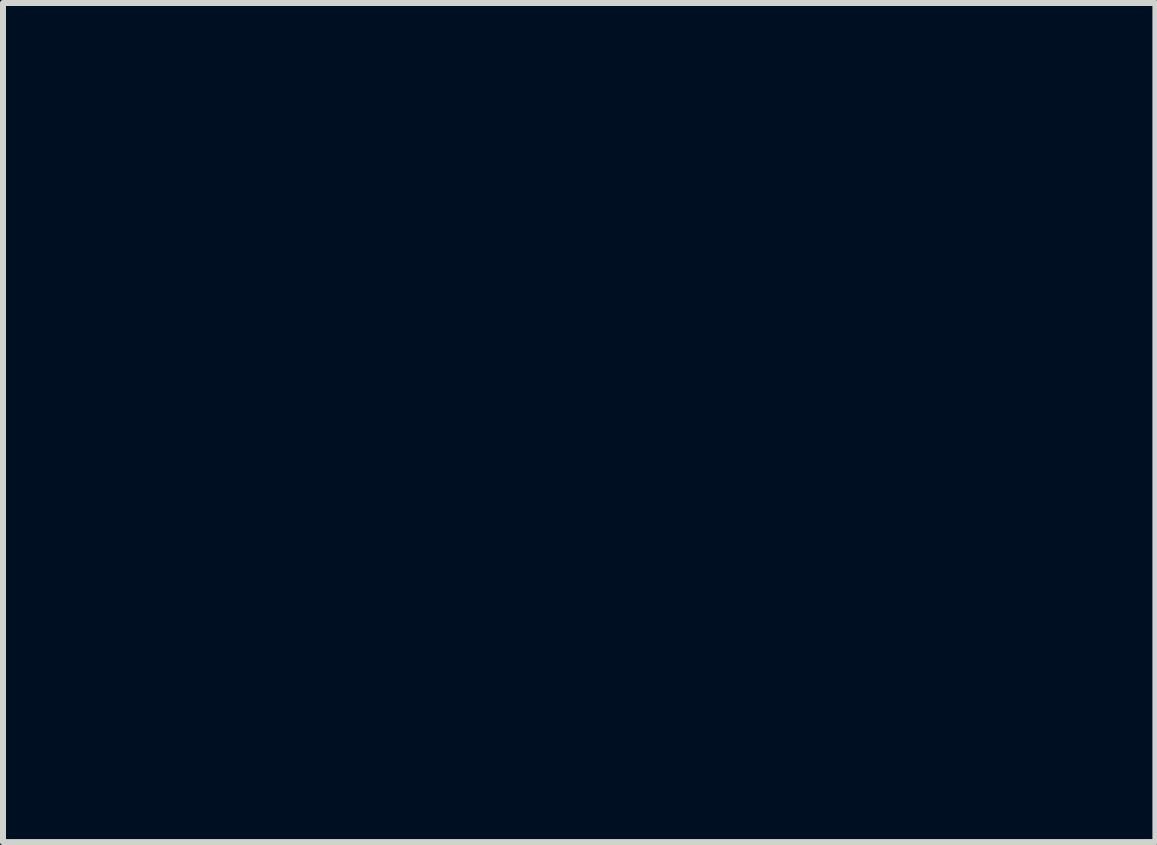
<source format=kicad_pcb>
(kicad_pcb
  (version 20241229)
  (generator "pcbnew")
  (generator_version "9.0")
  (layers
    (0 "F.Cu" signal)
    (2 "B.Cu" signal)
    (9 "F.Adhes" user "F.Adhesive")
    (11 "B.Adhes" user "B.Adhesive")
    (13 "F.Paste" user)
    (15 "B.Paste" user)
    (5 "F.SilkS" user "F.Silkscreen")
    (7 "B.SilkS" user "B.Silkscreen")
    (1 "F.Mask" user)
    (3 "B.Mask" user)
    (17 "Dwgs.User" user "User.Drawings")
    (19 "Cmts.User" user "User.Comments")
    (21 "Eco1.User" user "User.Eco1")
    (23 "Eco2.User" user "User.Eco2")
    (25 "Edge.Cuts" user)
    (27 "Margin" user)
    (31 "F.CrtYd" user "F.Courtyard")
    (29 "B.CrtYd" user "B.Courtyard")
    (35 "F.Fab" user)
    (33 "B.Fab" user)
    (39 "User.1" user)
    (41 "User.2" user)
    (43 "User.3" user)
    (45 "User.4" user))
  (footprint "SquashedFlyMask"
    (layer "F.Cu")
    (at 6.601 2.423)
    (property "Reference" "SquashedFlyMask" (at 0 4.71 0) (layer "F.Mask") (effects (font (size 1 1) (thickness 0.15))))
    (attr board_only exclude_from_pos_files exclude_from_bom)
    (fp_line (start -1.907 0.023) (end -1.907 0.039) (stroke (width 0.2) (type solid)) (layer "F.Mask"))
    (fp_line (start -1.907 0.039) (end -1.907 0.246) (stroke (width 0.2) (type solid)) (layer "F.Mask"))
    (fp_line (start -1.907 0.246) (end -1.872 0.263) (stroke (width 0.2) (type solid)) (layer "F.Mask"))
    (fp_line (start -1.907 -0.026) (end -1.907 0.023) (stroke (width 0.2) (type solid)) (layer "F.Mask"))
    (fp_line (start -1.906 -0.075) (end -1.907 -0.026) (stroke (width 0.2) (type solid)) (layer "F.Mask"))
    (fp_line (start -1.905 -0.113) (end -1.906 -0.075) (stroke (width 0.2) (type solid)) (layer "F.Mask"))
    (fp_line (start -1.903 -0.139) (end -1.905 -0.113) (stroke (width 0.2) (type solid)) (layer "F.Mask"))
    (fp_line (start -1.899 -0.156) (end -1.903 -0.139) (stroke (width 0.2) (type solid)) (layer "F.Mask"))
    (fp_line (start -1.894 -0.167) (end -1.899 -0.156) (stroke (width 0.2) (type solid)) (layer "F.Mask"))
    (fp_line (start -1.888 -0.174) (end -1.894 -0.167) (stroke (width 0.2) (type solid)) (layer "F.Mask"))
    (fp_line (start -1.881 -0.177) (end -1.888 -0.174) (stroke (width 0.2) (type solid)) (layer "F.Mask"))
    (fp_line (start -1.879 -0.177) (end -1.881 -0.177) (stroke (width 0.2) (type solid)) (layer "F.Mask"))
    (fp_line (start -1.872 0.263) (end -1.863 0.267) (stroke (width 0.2) (type solid)) (layer "F.Mask"))
    (fp_line (start -1.871 -0.18) (end -1.879 -0.177) (stroke (width 0.2) (type solid)) (layer "F.Mask"))
    (fp_line (start -1.863 0.267) (end -1.84 0.285) (stroke (width 0.2) (type solid)) (layer "F.Mask"))
    (fp_line (start -1.849 -0.197) (end -1.871 -0.18) (stroke (width 0.2) (type solid)) (layer "F.Mask"))
    (fp_line (start -1.84 0.285) (end -1.811 0.322) (stroke (width 0.2) (type solid)) (layer "F.Mask"))
    (fp_line (start -1.819 -0.234) (end -1.849 -0.197) (stroke (width 0.2) (type solid)) (layer "F.Mask"))
    (fp_line (start -1.811 0.322) (end -1.785 0.373) (stroke (width 0.2) (type solid)) (layer "F.Mask"))
    (fp_line (start -1.791 -0.288) (end -1.819 -0.234) (stroke (width 0.2) (type solid)) (layer "F.Mask"))
    (fp_line (start -1.785 0.373) (end -1.767 0.423) (stroke (width 0.2) (type solid)) (layer "F.Mask"))
    (fp_line (start -1.78 0.07) (end -1.71 0.32) (stroke (width 0.12) (type solid)) (layer "F.Mask"))
    (fp_line (start -1.772 -0.337) (end -1.791 -0.288) (stroke (width 0.2) (type solid)) (layer "F.Mask"))
    (fp_line (start -1.767 0.423) (end -1.762 0.439) (stroke (width 0.2) (type solid)) (layer "F.Mask"))
    (fp_line (start -1.766 -0.354) (end -1.772 -0.337) (stroke (width 0.2) (type solid)) (layer "F.Mask"))
    (fp_line (start -1.764 -0.361) (end -1.766 -0.354) (stroke (width 0.2) (type solid)) (layer "F.Mask"))
    (fp_line (start -1.762 0.439) (end -1.76 0.446) (stroke (width 0.2) (type solid)) (layer "F.Mask"))
    (fp_line (start -1.76 0.446) (end -1.756 0.468) (stroke (width 0.2) (type solid)) (layer "F.Mask"))
    (fp_line (start -1.758 -0.384) (end -1.764 -0.361) (stroke (width 0.2) (type solid)) (layer "F.Mask"))
    (fp_line (start -1.756 0.468) (end -1.751 0.51) (stroke (width 0.2) (type solid)) (layer "F.Mask"))
    (fp_line (start -1.752 -0.422) (end -1.758 -0.384) (stroke (width 0.2) (type solid)) (layer "F.Mask"))
    (fp_line (start -1.751 0.51) (end -1.747 0.572) (stroke (width 0.2) (type solid)) (layer "F.Mask"))
    (fp_line (start -1.747 -0.477) (end -1.752 -0.422) (stroke (width 0.2) (type solid)) (layer "F.Mask"))
    (fp_line (start -1.747 0.572) (end -1.744 0.661) (stroke (width 0.2) (type solid)) (layer "F.Mask"))
    (fp_line (start -1.744 -0.558) (end -1.747 -0.477) (stroke (width 0.2) (type solid)) (layer "F.Mask"))
    (fp_line (start -1.744 0.661) (end -1.742 0.784) (stroke (width 0.2) (type solid)) (layer "F.Mask"))
    (fp_line (start -1.742 0.784) (end -1.741 0.948) (stroke (width 0.2) (type solid)) (layer "F.Mask"))
    (fp_line (start -1.742 -0.674) (end -1.744 -0.558) (stroke (width 0.2) (type solid)) (layer "F.Mask"))
    (fp_line (start -1.741 0.948) (end -1.74 1.16) (stroke (width 0.2) (type solid)) (layer "F.Mask"))
    (fp_line (start -1.741 -0.834) (end -1.742 -0.674) (stroke (width 0.2) (type solid)) (layer "F.Mask"))
    (fp_line (start -1.74 -1.047) (end -1.741 -0.834) (stroke (width 0.2) (type solid)) (layer "F.Mask"))
    (fp_line (start -1.74 1.16) (end -1.74 1.361) (stroke (width 0.2) (type solid)) (layer "F.Mask"))
    (fp_line (start -1.74 -1.42) (end -1.74 -1.323) (stroke (width 0.2) (type solid)) (layer "F.Mask"))
    (fp_line (start -1.74 -1.323) (end -1.74 -1.254) (stroke (width 0.2) (type solid)) (layer "F.Mask"))
    (fp_line (start -1.74 -1.254) (end -1.74 -1.047) (stroke (width 0.2) (type solid)) (layer "F.Mask"))
    (fp_line (start -1.74 1.361) (end -1.74 1.428) (stroke (width 0.2) (type solid)) (layer "F.Mask"))
    (fp_line (start -1.74 1.428) (end -1.74 1.474) (stroke (width 0.2) (type solid)) (layer "F.Mask"))
    (fp_line (start -1.74 1.474) (end -1.74 1.612) (stroke (width 0.2) (type solid)) (layer "F.Mask"))
    (fp_line (start -1.74 1.612) (end -1.739 1.785) (stroke (width 0.2) (type solid)) (layer "F.Mask"))
    (fp_line (start -1.739 1.785) (end -1.738 1.944) (stroke (width 0.2) (type solid)) (layer "F.Mask"))
    (fp_line (start -1.739 -1.71) (end -1.74 -1.42) (stroke (width 0.2) (type solid)) (layer "F.Mask"))
    (fp_line (start -1.738 1.944) (end -1.737 2.084) (stroke (width 0.2) (type solid)) (layer "F.Mask"))
    (fp_line (start -1.737 2.084) (end -1.736 2.202) (stroke (width 0.2) (type solid)) (layer "F.Mask"))
    (fp_line (start -1.736 -1.995) (end -1.739 -1.71) (stroke (width 0.2) (type solid)) (layer "F.Mask"))
    (fp_line (start -1.736 2.202) (end -1.735 2.294) (stroke (width 0.2) (type solid)) (layer "F.Mask"))
    (fp_line (start -1.735 2.294) (end -1.733 2.355) (stroke (width 0.2) (type solid)) (layer "F.Mask"))
    (fp_line (start -1.733 2.355) (end -1.733 2.376) (stroke (width 0.2) (type solid)) (layer "F.Mask"))
    (fp_line (start -1.733 2.376) (end -1.732 2.382) (stroke (width 0.2) (type solid)) (layer "F.Mask"))
    (fp_line (start -1.732 -2.176) (end -1.736 -1.995) (stroke (width 0.2) (type solid)) (layer "F.Mask"))
    (fp_line (start -1.732 2.382) (end -1.731 2.388) (stroke (width 0.2) (type solid)) (layer "F.Mask"))
    (fp_line (start -1.731 2.388) (end -1.718 2.421) (stroke (width 0.2) (type solid)) (layer "F.Mask"))
    (fp_line (start -1.728 -2.243) (end -1.732 -2.176) (stroke (width 0.2) (type solid)) (layer "F.Mask"))
    (fp_line (start -1.726 -2.25) (end -1.728 -2.243) (stroke (width 0.2) (type solid)) (layer "F.Mask"))
    (fp_line (start -1.724 -2.255) (end -1.726 -2.25) (stroke (width 0.2) (type solid)) (layer "F.Mask"))
    (fp_line (start -1.718 2.421) (end -1.699 2.449) (stroke (width 0.2) (type solid)) (layer "F.Mask"))
    (fp_line (start -1.71 0.32) (end -1.67 -0.2) (stroke (width 0.12) (type solid)) (layer "F.Mask"))
    (fp_line (start -1.709 -2.282) (end -1.724 -2.255) (stroke (width 0.2) (type solid)) (layer "F.Mask"))
    (fp_line (start -1.699 2.449) (end -1.696 2.453) (stroke (width 0.2) (type solid)) (layer "F.Mask"))
    (fp_line (start -1.696 2.453) (end -1.691 2.458) (stroke (width 0.2) (type solid)) (layer "F.Mask"))
    (fp_line (start -1.692 -2.304) (end -1.709 -2.282) (stroke (width 0.2) (type solid)) (layer "F.Mask"))
    (fp_line (start -1.691 2.458) (end -1.675 2.469) (stroke (width 0.2) (type solid)) (layer "F.Mask"))
    (fp_line (start -1.689 -2.307) (end -1.692 -2.304) (stroke (width 0.2) (type solid)) (layer "F.Mask"))
    (fp_line (start -1.689 -2.307) (end -1.689 -2.307) (stroke (width 0.2) (type solid)) (layer "F.Mask"))
    (fp_line (start -1.684 -2.309) (end -1.689 -2.307) (stroke (width 0.2) (type solid)) (layer "F.Mask"))
    (fp_line (start -1.675 2.469) (end -1.635 2.478) (stroke (width 0.2) (type solid)) (layer "F.Mask"))
    (fp_line (start -1.67 -0.2) (end -1.67 0.61) (stroke (width 0.12) (type solid)) (layer "F.Mask"))
    (fp_line (start -1.664 -2.314) (end -1.684 -2.309) (stroke (width 0.2) (type solid)) (layer "F.Mask"))
    (fp_line (start -1.635 2.478) (end -1.556 2.482) (stroke (width 0.2) (type solid)) (layer "F.Mask"))
    (fp_line (start -1.62 -2.19) (end -1.6 2.38) (stroke (width 0.12) (type solid)) (layer "F.Mask"))
    (fp_line (start -1.612 -2.319) (end -1.664 -2.314) (stroke (width 0.2) (type solid)) (layer "F.Mask"))
    (fp_line (start -1.6 2.38) (end -1.28 2.35) (stroke (width 0.12) (type solid)) (layer "F.Mask"))
    (fp_line (start -1.556 2.482) (end -1.449 2.482) (stroke (width 0.2) (type solid)) (layer "F.Mask"))
    (fp_line (start -1.529 -2.322) (end -1.612 -2.319) (stroke (width 0.2) (type solid)) (layer "F.Mask"))
    (fp_line (start -1.52 -2.1) (end -1.46 -2) (stroke (width 0.12) (type solid)) (layer "F.Mask"))
    (fp_line (start -1.52 2.18) (end -1.52 -2.1) (stroke (width 0.12) (type solid)) (layer "F.Mask"))
    (fp_line (start -1.504 0.041) (end -1.469 -0.02) (stroke (width 0.2) (type solid)) (layer "F.Mask"))
    (fp_line (start -1.5 2.14) (end -1.5 2.28) (stroke (width 0.12) (type solid)) (layer "F.Mask"))
    (fp_line (start -1.5 2.28) (end -1.35 2.24) (stroke (width 0.12) (type solid)) (layer "F.Mask"))
    (fp_line (start -1.47 -2.2) (end -1.62 -2.19) (stroke (width 0.12) (type solid)) (layer "F.Mask"))
    (fp_line (start -1.469 -0.02) (end -1.463 -0.032) (stroke (width 0.2) (type solid)) (layer "F.Mask"))
    (fp_line (start -1.469 0.109) (end -1.504 0.041) (stroke (width 0.2) (type solid)) (layer "F.Mask"))
    (fp_line (start -1.463 -0.032) (end -1.445 -0.067) (stroke (width 0.2) (type solid)) (layer "F.Mask"))
    (fp_line (start -1.463 0.121) (end -1.469 0.109) (stroke (width 0.2) (type solid)) (layer "F.Mask"))
    (fp_line (start -1.46 -2) (end -1.78 0.07) (stroke (width 0.12) (type solid)) (layer "F.Mask"))
    (fp_line (start -1.45 2.21) (end -1.52 2.18) (stroke (width 0.12) (type solid)) (layer "F.Mask"))
    (fp_line (start -1.449 2.482) (end -1.414 2.482) (stroke (width 0.2) (type solid)) (layer "F.Mask"))
    (fp_line (start -1.445 -0.067) (end -1.427 -0.116) (stroke (width 0.2) (type solid)) (layer "F.Mask"))
    (fp_line (start -1.445 0.159) (end -1.463 0.121) (stroke (width 0.2) (type solid)) (layer "F.Mask"))
    (fp_line (start -1.44 -2.323) (end -1.529 -2.322) (stroke (width 0.2) (type solid)) (layer "F.Mask"))
    (fp_line (start -1.427 -0.116) (end -1.413 -0.179) (stroke (width 0.2) (type solid)) (layer "F.Mask"))
    (fp_line (start -1.426 0.211) (end -1.445 0.159) (stroke (width 0.2) (type solid)) (layer "F.Mask"))
    (fp_line (start -1.414 2.482) (end -1.157 2.482) (stroke (width 0.2) (type solid)) (layer "F.Mask"))
    (fp_line (start -1.413 -0.179) (end -1.404 -0.265) (stroke (width 0.2) (type solid)) (layer "F.Mask"))
    (fp_line (start -1.413 0.275) (end -1.426 0.211) (stroke (width 0.2) (type solid)) (layer "F.Mask"))
    (fp_line (start -1.411 -2.323) (end -1.44 -2.323) (stroke (width 0.2) (type solid)) (layer "F.Mask"))
    (fp_line (start -1.404 -0.265) (end -1.398 -0.386) (stroke (width 0.2) (type solid)) (layer "F.Mask"))
    (fp_line (start -1.403 0.363) (end -1.413 0.275) (stroke (width 0.2) (type solid)) (layer "F.Mask"))
    (fp_line (start -1.398 -0.386) (end -1.395 -0.553) (stroke (width 0.2) (type solid)) (layer "F.Mask"))
    (fp_line (start -1.398 0.487) (end -1.403 0.363) (stroke (width 0.2) (type solid)) (layer "F.Mask"))
    (fp_line (start -1.395 -0.553) (end -1.393 -0.775) (stroke (width 0.2) (type solid)) (layer "F.Mask"))
    (fp_line (start -1.394 0.658) (end -1.398 0.487) (stroke (width 0.2) (type solid)) (layer "F.Mask"))
    (fp_line (start -1.393 -0.775) (end -1.393 -0.991) (stroke (width 0.2) (type solid)) (layer "F.Mask"))
    (fp_line (start -1.393 0.887) (end -1.394 0.658) (stroke (width 0.2) (type solid)) (layer "F.Mask"))
    (fp_line (start -1.393 -1.865) (end -1.157 -1.865) (stroke (width 0.2) (type solid)) (layer "F.Mask"))
    (fp_line (start -1.393 -1.063) (end -1.393 -1.865) (stroke (width 0.2) (type solid)) (layer "F.Mask"))
    (fp_line (start -1.393 -0.991) (end -1.393 -1.063) (stroke (width 0.2) (type solid)) (layer "F.Mask"))
    (fp_line (start -1.393 1.112) (end -1.393 0.887) (stroke (width 0.2) (type solid)) (layer "F.Mask"))
    (fp_line (start -1.393 1.187) (end -1.393 1.112) (stroke (width 0.2) (type solid)) (layer "F.Mask"))
    (fp_line (start -1.393 2.024) (end -1.393 1.187) (stroke (width 0.2) (type solid)) (layer "F.Mask"))
    (fp_line (start -1.39 -1.95) (end -1.47 -2.2) (stroke (width 0.12) (type solid)) (layer "F.Mask"))
    (fp_line (start -1.38 -2.29) (end -1.39 -1.95) (stroke (width 0.12) (type solid)) (layer "F.Mask"))
    (fp_line (start -1.351 -0.851) (end -1.351 -0.67) (stroke (width 0.2) (type solid)) (layer "F.Mask"))
    (fp_line (start -1.351 -0.67) (end -1.129 -0.67) (stroke (width 0.2) (type solid)) (layer "F.Mask"))
    (fp_line (start -1.35 2.24) (end -1.45 2.21) (stroke (width 0.12) (type solid)) (layer "F.Mask"))
    (fp_line (start -1.29 -2.27) (end -1.29 -1.98) (stroke (width 0.12) (type solid)) (layer "F.Mask"))
    (fp_line (start -1.29 -1.98) (end -1.38 -2.29) (stroke (width 0.12) (type solid)) (layer "F.Mask"))
    (fp_line (start -1.28 2.14) (end -1.5 2.14) (stroke (width 0.12) (type solid)) (layer "F.Mask"))
    (fp_line (start -1.28 2.35) (end -1.28 2.14) (stroke (width 0.12) (type solid)) (layer "F.Mask"))
    (fp_line (start -1.157 -2.323) (end -1.411 -2.323) (stroke (width 0.2) (type solid)) (layer "F.Mask"))
    (fp_line (start -1.157 -1.865) (end -1.157 -2.323) (stroke (width 0.2) (type solid)) (layer "F.Mask"))
    (fp_line (start -1.157 2.024) (end -1.393 2.024) (stroke (width 0.2) (type solid)) (layer "F.Mask"))
    (fp_line (start -1.157 2.482) (end -1.157 2.024) (stroke (width 0.2) (type solid)) (layer "F.Mask"))
    (fp_line (start -1.129 -0.987) (end -1.129 -0.945) (stroke (width 0.2) (type solid)) (layer "F.Mask"))
    (fp_line (start -1.129 -0.945) (end -1.129 -0.851) (stroke (width 0.2) (type solid)) (layer "F.Mask"))
    (fp_line (start -1.129 -0.851) (end -1.351 -0.851) (stroke (width 0.2) (type solid)) (layer "F.Mask"))
    (fp_line (start -1.129 -0.67) (end -1.129 1.316) (stroke (width 0.2) (type solid)) (layer "F.Mask"))
    (fp_line (start -1.129 1.316) (end -0.962 1.316) (stroke (width 0.2) (type solid)) (layer "F.Mask"))
    (fp_line (start -1.12 -1.111) (end -1.129 -0.987) (stroke (width 0.2) (type solid)) (layer "F.Mask"))
    (fp_line (start -1.095 -1.273) (end -1.12 -1.111) (stroke (width 0.2) (type solid)) (layer "F.Mask"))
    (fp_line (start -1.057 -1.418) (end -1.095 -1.273) (stroke (width 0.2) (type solid)) (layer "F.Mask"))
    (fp_line (start -1.04 -0.91) (end -0.88 -1.55) (stroke (width 0.12) (type solid)) (layer "F.Mask"))
    (fp_line (start -1.03 -0.5) (end -1.04 -0.91) (stroke (width 0.12) (type solid)) (layer "F.Mask"))
    (fp_line (start -1.023 -1.505) (end -1.057 -1.418) (stroke (width 0.2) (type solid)) (layer "F.Mask"))
    (fp_line (start -1.008 -1.532) (end -1.023 -1.505) (stroke (width 0.2) (type solid)) (layer "F.Mask"))
    (fp_line (start -0.999 -1.549) (end -1.008 -1.532) (stroke (width 0.2) (type solid)) (layer "F.Mask"))
    (fp_line (start -0.965 -1.597) (end -0.999 -1.549) (stroke (width 0.2) (type solid)) (layer "F.Mask"))
    (fp_line (start -0.962 -0.999) (end -0.947 -1.133) (stroke (width 0.2) (type solid)) (layer "F.Mask"))
    (fp_line (start -0.962 -0.954) (end -0.962 -0.999) (stroke (width 0.2) (type solid)) (layer "F.Mask"))
    (fp_line (start -0.962 -0.851) (end -0.962 -0.954) (stroke (width 0.2) (type solid)) (layer "F.Mask"))
    (fp_line (start -0.962 -0.67) (end -0.615 -0.67) (stroke (width 0.2) (type solid)) (layer "F.Mask"))
    (fp_line (start -0.962 1.316) (end -0.962 -0.67) (stroke (width 0.2) (type solid)) (layer "F.Mask"))
    (fp_line (start -0.947 -1.133) (end -0.903 -1.298) (stroke (width 0.2) (type solid)) (layer "F.Mask"))
    (fp_line (start -0.916 -1.653) (end -0.965 -1.597) (stroke (width 0.2) (type solid)) (layer "F.Mask"))
    (fp_line (start -0.903 -1.298) (end -0.839 -1.434) (stroke (width 0.2) (type solid)) (layer "F.Mask"))
    (fp_line (start -0.88 -1.55) (end -0.66 -1.66) (stroke (width 0.12) (type solid)) (layer "F.Mask"))
    (fp_line (start -0.861 -1.7) (end -0.916 -1.653) (stroke (width 0.2) (type solid)) (layer "F.Mask"))
    (fp_line (start -0.839 -1.434) (end -0.782 -1.506) (stroke (width 0.2) (type solid)) (layer "F.Mask"))
    (fp_line (start -0.818 -1.728) (end -0.861 -1.7) (stroke (width 0.2) (type solid)) (layer "F.Mask"))
    (fp_line (start -0.802 -1.736) (end -0.818 -1.728) (stroke (width 0.2) (type solid)) (layer "F.Mask"))
    (fp_line (start -0.802 -1.736) (end -0.802 -1.736) (stroke (width 0.2) (type solid)) (layer "F.Mask"))
    (fp_line (start -0.792 -1.74) (end -0.802 -1.736) (stroke (width 0.2) (type solid)) (layer "F.Mask"))
    (fp_line (start -0.782 -1.506) (end -0.758 -1.523) (stroke (width 0.2) (type solid)) (layer "F.Mask"))
    (fp_line (start -0.761 -1.753) (end -0.792 -1.74) (stroke (width 0.2) (type solid)) (layer "F.Mask"))
    (fp_line (start -0.758 -1.523) (end -0.744 -1.533) (stroke (width 0.2) (type solid)) (layer "F.Mask"))
    (fp_line (start -0.744 -1.533) (end -0.695 -1.556) (stroke (width 0.2) (type solid)) (layer "F.Mask"))
    (fp_line (start -0.722 -1.763) (end -0.761 -1.753) (stroke (width 0.2) (type solid)) (layer "F.Mask"))
    (fp_line (start -0.695 -1.556) (end -0.629 -1.571) (stroke (width 0.2) (type solid)) (layer "F.Mask"))
    (fp_line (start -0.671 -1.766) (end -0.722 -1.763) (stroke (width 0.2) (type solid)) (layer "F.Mask"))
    (fp_line (start -0.66 -1.66) (end -0.53 -1.73) (stroke (width 0.12) (type solid)) (layer "F.Mask"))
    (fp_line (start -0.629 -1.571) (end -0.563 -1.568) (stroke (width 0.2) (type solid)) (layer "F.Mask"))
    (fp_line (start -0.615 -0.851) (end -0.962 -0.851) (stroke (width 0.2) (type solid)) (layer "F.Mask"))
    (fp_line (start -0.615 -0.67) (end -0.615 -0.851) (stroke (width 0.2) (type solid)) (layer "F.Mask"))
    (fp_line (start -0.613 -1.764) (end -0.671 -1.766) (stroke (width 0.2) (type solid)) (layer "F.Mask"))
    (fp_line (start -0.594 -1.763) (end -0.613 -1.764) (stroke (width 0.2) (type solid)) (layer "F.Mask"))
    (fp_line (start -0.577 -1.763) (end -0.594 -1.763) (stroke (width 0.2) (type solid)) (layer "F.Mask"))
    (fp_line (start -0.563 -1.568) (end -0.499 -1.549) (stroke (width 0.2) (type solid)) (layer "F.Mask"))
    (fp_line (start -0.53 -1.73) (end -0.33 -1.53) (stroke (width 0.12) (type solid)) (layer "F.Mask"))
    (fp_line (start -0.524 -1.76) (end -0.577 -1.763) (stroke (width 0.2) (type solid)) (layer "F.Mask"))
    (fp_line (start -0.499 -1.549) (end -0.439 -1.514) (stroke (width 0.2) (type solid)) (layer "F.Mask"))
    (fp_line (start -0.471 -1.754) (end -0.524 -1.76) (stroke (width 0.2) (type solid)) (layer "F.Mask"))
    (fp_line (start -0.439 -1.514) (end -0.386 -1.464) (stroke (width 0.2) (type solid)) (layer "F.Mask"))
    (fp_line (start -0.431 -1.744) (end -0.471 -1.754) (stroke (width 0.2) (type solid)) (layer "F.Mask"))
    (fp_line (start -0.404 -1.733) (end -0.431 -1.744) (stroke (width 0.2) (type solid)) (layer "F.Mask"))
    (fp_line (start -0.396 -1.729) (end -0.404 -1.733) (stroke (width 0.2) (type solid)) (layer "F.Mask"))
    (fp_line (start -0.386 -1.464) (end -0.341 -1.4) (stroke (width 0.2) (type solid)) (layer "F.Mask"))
    (fp_line (start -0.38 -1.721) (end -0.396 -1.729) (stroke (width 0.2) (type solid)) (layer "F.Mask"))
    (fp_line (start -0.341 -1.4) (end -0.313 -1.343) (stroke (width 0.2) (type solid)) (layer "F.Mask"))
    (fp_line (start -0.336 -1.69) (end -0.38 -1.721) (stroke (width 0.2) (type solid)) (layer "F.Mask"))
    (fp_line (start -0.33 -1.53) (end -0.18 1.11) (stroke (width 0.12) (type solid)) (layer "F.Mask"))
    (fp_line (start -0.313 -1.343) (end -0.307 -1.323) (stroke (width 0.2) (type solid)) (layer "F.Mask"))
    (fp_line (start -0.307 -1.323) (end -0.304 -1.317) (stroke (width 0.2) (type solid)) (layer "F.Mask"))
    (fp_line (start -0.304 -1.317) (end -0.302 -1.296) (stroke (width 0.2) (type solid)) (layer "F.Mask"))
    (fp_line (start -0.302 -1.296) (end -0.298 -1.237) (stroke (width 0.2) (type solid)) (layer "F.Mask"))
    (fp_line (start -0.298 -1.237) (end -0.295 -1.146) (stroke (width 0.2) (type solid)) (layer "F.Mask"))
    (fp_line (start -0.295 -1.146) (end -0.292 -1.019) (stroke (width 0.2) (type solid)) (layer "F.Mask"))
    (fp_line (start -0.292 -1.019) (end -0.289 -0.852) (stroke (width 0.2) (type solid)) (layer "F.Mask"))
    (fp_line (start -0.289 -0.852) (end -0.286 -0.643) (stroke (width 0.2) (type solid)) (layer "F.Mask"))
    (fp_line (start -0.286 -0.643) (end -0.284 -0.389) (stroke (width 0.2) (type solid)) (layer "F.Mask"))
    (fp_line (start -0.284 -0.389) (end -0.282 -0.163) (stroke (width 0.2) (type solid)) (layer "F.Mask"))
    (fp_line (start -0.282 -0.163) (end -0.282 -0.087) (stroke (width 0.2) (type solid)) (layer "F.Mask"))
    (fp_line (start -0.282 -0.087) (end -0.275 1.1) (stroke (width 0.2) (type solid)) (layer "F.Mask"))
    (fp_line (start -0.28 -1.64) (end -0.336 -1.69) (stroke (width 0.2) (type solid)) (layer "F.Mask"))
    (fp_line (start -0.275 1.1) (end -0.241 1.174) (stroke (width 0.2) (type solid)) (layer "F.Mask"))
    (fp_line (start -0.241 1.174) (end -0.235 1.189) (stroke (width 0.2) (type solid)) (layer "F.Mask"))
    (fp_line (start -0.235 1.189) (end -0.209 1.231) (stroke (width 0.2) (type solid)) (layer "F.Mask"))
    (fp_line (start -0.231 -1.582) (end -0.28 -1.64) (stroke (width 0.2) (type solid)) (layer "F.Mask"))
    (fp_line (start -0.209 1.231) (end -0.168 1.28) (stroke (width 0.2) (type solid)) (layer "F.Mask"))
    (fp_line (start -0.201 -1.537) (end -0.231 -1.582) (stroke (width 0.2) (type solid)) (layer "F.Mask"))
    (fp_line (start -0.193 -1.52) (end -0.201 -1.537) (stroke (width 0.2) (type solid)) (layer "F.Mask"))
    (fp_line (start -0.189 -1.514) (end -0.193 -1.52) (stroke (width 0.2) (type solid)) (layer "F.Mask"))
    (fp_line (start -0.18 1.11) (end 0 1.27) (stroke (width 0.12) (type solid)) (layer "F.Mask"))
    (fp_line (start -0.179 -1.493) (end -0.189 -1.514) (stroke (width 0.2) (type solid)) (layer "F.Mask"))
    (fp_line (start -0.168 1.28) (end -0.123 1.318) (stroke (width 0.2) (type solid)) (layer "F.Mask"))
    (fp_line (start -0.168 -1.467) (end -0.179 -1.493) (stroke (width 0.2) (type solid)) (layer "F.Mask"))
    (fp_line (start -0.157 -1.44) (end -0.168 -1.467) (stroke (width 0.2) (type solid)) (layer "F.Mask"))
    (fp_line (start -0.148 -1.41) (end -0.157 -1.44) (stroke (width 0.2) (type solid)) (layer "F.Mask"))
    (fp_line (start -0.141 -1.375) (end -0.148 -1.41) (stroke (width 0.2) (type solid)) (layer "F.Mask"))
    (fp_line (start -0.135 -1.333) (end -0.141 -1.375) (stroke (width 0.2) (type solid)) (layer "F.Mask"))
    (fp_line (start -0.129 -1.283) (end -0.135 -1.333) (stroke (width 0.2) (type solid)) (layer "F.Mask"))
    (fp_line (start -0.125 -1.223) (end -0.129 -1.283) (stroke (width 0.2) (type solid)) (layer "F.Mask"))
    (fp_line (start -0.123 1.318) (end -0.091 1.335) (stroke (width 0.2) (type solid)) (layer "F.Mask"))
    (fp_line (start -0.122 -1.151) (end -0.125 -1.223) (stroke (width 0.2) (type solid)) (layer "F.Mask"))
    (fp_line (start -0.119 -1.064) (end -0.122 -1.151) (stroke (width 0.2) (type solid)) (layer "F.Mask"))
    (fp_line (start -0.118 -0.962) (end -0.119 -1.064) (stroke (width 0.2) (type solid)) (layer "F.Mask"))
    (fp_line (start -0.116 -0.841) (end -0.118 -0.962) (stroke (width 0.2) (type solid)) (layer "F.Mask"))
    (fp_line (start -0.116 -0.701) (end -0.116 -0.841) (stroke (width 0.2) (type solid)) (layer "F.Mask"))
    (fp_line (start -0.115 -0.54) (end -0.116 -0.701) (stroke (width 0.2) (type solid)) (layer "F.Mask"))
    (fp_line (start -0.115 -0.355) (end -0.115 -0.54) (stroke (width 0.2) (type solid)) (layer "F.Mask"))
    (fp_line (start -0.115 -0.198) (end -0.115 -0.355) (stroke (width 0.2) (type solid)) (layer "F.Mask"))
    (fp_line (start -0.115 -0.145) (end -0.115 -0.198) (stroke (width 0.2) (type solid)) (layer "F.Mask"))
    (fp_line (start -0.115 -0.093) (end -0.115 -0.145) (stroke (width 0.2) (type solid)) (layer "F.Mask"))
    (fp_line (start -0.115 0.066) (end -0.115 -0.093) (stroke (width 0.2) (type solid)) (layer "F.Mask"))
    (fp_line (start -0.115 0.25) (end -0.115 0.066) (stroke (width 0.2) (type solid)) (layer "F.Mask"))
    (fp_line (start -0.115 0.41) (end -0.115 0.25) (stroke (width 0.2) (type solid)) (layer "F.Mask"))
    (fp_line (start -0.114 0.548) (end -0.115 0.41) (stroke (width 0.2) (type solid)) (layer "F.Mask"))
    (fp_line (start -0.113 0.664) (end -0.114 0.548) (stroke (width 0.2) (type solid)) (layer "F.Mask"))
    (fp_line (start -0.111 0.762) (end -0.113 0.664) (stroke (width 0.2) (type solid)) (layer "F.Mask"))
    (fp_line (start -0.108 0.842) (end -0.111 0.762) (stroke (width 0.2) (type solid)) (layer "F.Mask"))
    (fp_line (start -0.105 0.908) (end -0.108 0.842) (stroke (width 0.2) (type solid)) (layer "F.Mask"))
    (fp_line (start -0.101 0.96) (end -0.105 0.908) (stroke (width 0.2) (type solid)) (layer "F.Mask"))
    (fp_line (start -0.097 -0.832) (end -0.096 -0.83) (stroke (width 0.2) (type solid)) (layer "F.Mask"))
    (fp_line (start -0.096 -0.84) (end -0.097 -0.832) (stroke (width 0.2) (type solid)) (layer "F.Mask"))
    (fp_line (start -0.096 -0.83) (end -0.096 -0.83) (stroke (width 0.2) (type solid)) (layer "F.Mask"))
    (fp_line (start -0.096 -0.83) (end -0.092 -0.82) (stroke (width 0.2) (type solid)) (layer "F.Mask"))
    (fp_line (start -0.095 1) (end -0.101 0.96) (stroke (width 0.2) (type solid)) (layer "F.Mask"))
    (fp_line (start -0.092 -0.82) (end -0.081 -0.789) (stroke (width 0.2) (type solid)) (layer "F.Mask"))
    (fp_line (start -0.091 1.335) (end -0.079 1.338) (stroke (width 0.2) (type solid)) (layer "F.Mask"))
    (fp_line (start -0.089 1.031) (end -0.095 1) (stroke (width 0.2) (type solid)) (layer "F.Mask"))
    (fp_line (start -0.086 -0.847) (end -0.096 -0.84) (stroke (width 0.2) (type solid)) (layer "F.Mask"))
    (fp_line (start -0.081 -0.789) (end -0.055 -0.709) (stroke (width 0.2) (type solid)) (layer "F.Mask"))
    (fp_line (start -0.081 1.055) (end -0.089 1.031) (stroke (width 0.2) (type solid)) (layer "F.Mask"))
    (fp_line (start -0.079 1.338) (end -0.067 1.341) (stroke (width 0.2) (type solid)) (layer "F.Mask"))
    (fp_line (start -0.072 1.072) (end -0.081 1.055) (stroke (width 0.2) (type solid)) (layer "F.Mask"))
    (fp_line (start -0.07 1.23) (end 0.17 1.23) (stroke (width 0.12) (type solid)) (layer "F.Mask"))
    (fp_line (start -0.067 1.341) (end -0.023 1.342) (stroke (width 0.2) (type solid)) (layer "F.Mask"))
    (fp_line (start -0.061 1.086) (end -0.072 1.072) (stroke (width 0.2) (type solid)) (layer "F.Mask"))
    (fp_line (start -0.06 -0.85) (end -0.086 -0.847) (stroke (width 0.2) (type solid)) (layer "F.Mask"))
    (fp_line (start -0.055 -0.709) (end -0.018 -0.595) (stroke (width 0.2) (type solid)) (layer "F.Mask"))
    (fp_line (start -0.049 1.097) (end -0.061 1.086) (stroke (width 0.2) (type solid)) (layer "F.Mask"))
    (fp_line (start -0.038 1.106) (end -0.049 1.097) (stroke (width 0.2) (type solid)) (layer "F.Mask"))
    (fp_line (start -0.034 1.109) (end -0.038 1.106) (stroke (width 0.2) (type solid)) (layer "F.Mask"))
    (fp_line (start -0.029 1.113) (end -0.034 1.109) (stroke (width 0.2) (type solid)) (layer "F.Mask"))
    (fp_line (start -0.027 -0.851) (end -0.06 -0.85) (stroke (width 0.2) (type solid)) (layer "F.Mask"))
    (fp_line (start -0.023 1.342) (end 0.058 1.339) (stroke (width 0.2) (type solid)) (layer "F.Mask"))
    (fp_line (start -0.018 -0.595) (end 0.027 -0.453) (stroke (width 0.2) (type solid)) (layer "F.Mask"))
    (fp_line (start -0.016 -0.851) (end -0.027 -0.851) (stroke (width 0.2) (type solid)) (layer "F.Mask"))
    (fp_line (start -0.012 1.123) (end -0.029 1.113) (stroke (width 0.2) (type solid)) (layer "F.Mask"))
    (fp_line (start 0 1.27) (end -0.07 1.23) (stroke (width 0.12) (type solid)) (layer "F.Mask"))
    (fp_line (start 0.01 1.131) (end -0.012 1.123) (stroke (width 0.2) (type solid)) (layer "F.Mask"))
    (fp_line (start 0.027 -0.453) (end 0.079 -0.29) (stroke (width 0.2) (type solid)) (layer "F.Mask"))
    (fp_line (start 0.039 1.133) (end 0.01 1.131) (stroke (width 0.2) (type solid)) (layer "F.Mask"))
    (fp_line (start 0.058 1.339) (end 0.142 1.328) (stroke (width 0.2) (type solid)) (layer "F.Mask"))
    (fp_line (start 0.069 1.132) (end 0.039 1.133) (stroke (width 0.2) (type solid)) (layer "F.Mask"))
    (fp_line (start 0.073 -0.851) (end -0.016 -0.851) (stroke (width 0.2) (type solid)) (layer "F.Mask"))
    (fp_line (start 0.079 -0.29) (end 0.136 -0.11) (stroke (width 0.2) (type solid)) (layer "F.Mask"))
    (fp_line (start 0.079 1.131) (end 0.069 1.132) (stroke (width 0.2) (type solid)) (layer "F.Mask"))
    (fp_line (start 0.09 1.13) (end 0.079 1.131) (stroke (width 0.2) (type solid)) (layer "F.Mask"))
    (fp_line (start 0.136 -0.11) (end 0.196 0.08) (stroke (width 0.2) (type solid)) (layer "F.Mask"))
    (fp_line (start 0.142 1.328) (end 0.192 1.319) (stroke (width 0.2) (type solid)) (layer "F.Mask"))
    (fp_line (start 0.144 1.123) (end 0.09 1.13) (stroke (width 0.2) (type solid)) (layer "F.Mask"))
    (fp_line (start 0.17 1.23) (end 0.17 1.27) (stroke (width 0.12) (type solid)) (layer "F.Mask"))
    (fp_line (start 0.17 1.27) (end 0.26 1.18) (stroke (width 0.12) (type solid)) (layer "F.Mask"))
    (fp_line (start 0.187 1.115) (end 0.144 1.123) (stroke (width 0.2) (type solid)) (layer "F.Mask"))
    (fp_line (start 0.191 2.045) (end 0.191 2.246) (stroke (width 0.2) (type solid)) (layer "F.Mask"))
    (fp_line (start 0.191 2.246) (end 0.271 2.246) (stroke (width 0.2) (type solid)) (layer "F.Mask"))
    (fp_line (start 0.192 1.114) (end 0.187 1.115) (stroke (width 0.2) (type solid)) (layer "F.Mask"))
    (fp_line (start 0.192 1.319) (end 0.209 1.314) (stroke (width 0.2) (type solid)) (layer "F.Mask"))
    (fp_line (start 0.196 0.08) (end 0.257 0.275) (stroke (width 0.2) (type solid)) (layer "F.Mask"))
    (fp_line (start 0.197 1.113) (end 0.192 1.114) (stroke (width 0.2) (type solid)) (layer "F.Mask"))
    (fp_line (start 0.209 1.314) (end 0.213 1.313) (stroke (width 0.2) (type solid)) (layer "F.Mask"))
    (fp_line (start 0.213 1.11) (end 0.197 1.113) (stroke (width 0.2) (type solid)) (layer "F.Mask"))
    (fp_line (start 0.213 1.313) (end 0.227 1.307) (stroke (width 0.2) (type solid)) (layer "F.Mask"))
    (fp_line (start 0.226 1.116) (end 0.213 1.11) (stroke (width 0.2) (type solid)) (layer "F.Mask"))
    (fp_line (start 0.227 1.307) (end 0.242 1.3) (stroke (width 0.2) (type solid)) (layer "F.Mask"))
    (fp_line (start 0.235 1.137) (end 0.226 1.116) (stroke (width 0.2) (type solid)) (layer "F.Mask"))
    (fp_line (start 0.242 1.3) (end 0.251 1.291) (stroke (width 0.2) (type solid)) (layer "F.Mask"))
    (fp_line (start 0.242 1.167) (end 0.235 1.137) (stroke (width 0.2) (type solid)) (layer "F.Mask"))
    (fp_line (start 0.245 1.177) (end 0.242 1.167) (stroke (width 0.2) (type solid)) (layer "F.Mask"))
    (fp_line (start 0.246 2.043) (end 0.191 2.045) (stroke (width 0.2) (type solid)) (layer "F.Mask"))
    (fp_line (start 0.247 1.186) (end 0.245 1.177) (stroke (width 0.2) (type solid)) (layer "F.Mask"))
    (fp_line (start 0.251 1.291) (end 0.257 1.279) (stroke (width 0.2) (type solid)) (layer "F.Mask"))
    (fp_line (start 0.252 1.213) (end 0.247 1.186) (stroke (width 0.2) (type solid)) (layer "F.Mask"))
    (fp_line (start 0.257 1.279) (end 0.259 1.263) (stroke (width 0.2) (type solid)) (layer "F.Mask"))
    (fp_line (start 0.257 0.275) (end 0.318 0.469) (stroke (width 0.2) (type solid)) (layer "F.Mask"))
    (fp_line (start 0.257 1.242) (end 0.252 1.213) (stroke (width 0.2) (type solid)) (layer "F.Mask"))
    (fp_line (start 0.259 1.263) (end 0.257 1.242) (stroke (width 0.2) (type solid)) (layer "F.Mask"))
    (fp_line (start 0.259 2.043) (end 0.246 2.043) (stroke (width 0.2) (type solid)) (layer "F.Mask"))
    (fp_line (start 0.271 2.246) (end 0.303 2.246) (stroke (width 0.2) (type solid)) (layer "F.Mask"))
    (fp_line (start 0.29 2.14) (end 0.48 2) (stroke (width 0.12) (type solid)) (layer "F.Mask"))
    (fp_line (start 0.298 2.035) (end 0.259 2.043) (stroke (width 0.2) (type solid)) (layer "F.Mask"))
    (fp_line (start 0.303 2.246) (end 0.401 2.217) (stroke (width 0.2) (type solid)) (layer "F.Mask"))
    (fp_line (start 0.318 0.469) (end 0.376 0.656) (stroke (width 0.2) (type solid)) (layer "F.Mask"))
    (fp_line (start 0.339 2.014) (end 0.298 2.035) (stroke (width 0.2) (type solid)) (layer "F.Mask"))
    (fp_line (start 0.37 0.1) (end 0.073 -0.851) (stroke (width 0.2) (type solid)) (layer "F.Mask"))
    (fp_line (start 0.371 1.975) (end 0.339 2.014) (stroke (width 0.2) (type solid)) (layer "F.Mask"))
    (fp_line (start 0.376 0.656) (end 0.431 0.83) (stroke (width 0.2) (type solid)) (layer "F.Mask"))
    (fp_line (start 0.385 0.148) (end 0.37 0.1) (stroke (width 0.2) (type solid)) (layer "F.Mask"))
    (fp_line (start 0.393 1.932) (end 0.371 1.975) (stroke (width 0.2) (type solid)) (layer "F.Mask"))
    (fp_line (start 0.399 1.917) (end 0.393 1.932) (stroke (width 0.2) (type solid)) (layer "F.Mask"))
    (fp_line (start 0.401 2.217) (end 0.485 2.148) (stroke (width 0.2) (type solid)) (layer "F.Mask"))
    (fp_line (start 0.405 1.901) (end 0.399 1.917) (stroke (width 0.2) (type solid)) (layer "F.Mask"))
    (fp_line (start 0.41 2.04) (end 0.29 2.14) (stroke (width 0.12) (type solid)) (layer "F.Mask"))
    (fp_line (start 0.421 1.854) (end 0.405 1.901) (stroke (width 0.2) (type solid)) (layer "F.Mask"))
    (fp_line (start 0.43 0.292) (end 0.385 0.148) (stroke (width 0.2) (type solid)) (layer "F.Mask"))
    (fp_line (start 0.431 0.83) (end 0.48 0.987) (stroke (width 0.2) (type solid)) (layer "F.Mask"))
    (fp_line (start 0.448 1.771) (end 0.421 1.854) (stroke (width 0.2) (type solid)) (layer "F.Mask"))
    (fp_line (start 0.478 1.677) (end 0.448 1.771) (stroke (width 0.2) (type solid)) (layer "F.Mask"))
    (fp_line (start 0.48 0.987) (end 0.521 1.12) (stroke (width 0.2) (type solid)) (layer "F.Mask"))
    (fp_line (start 0.485 2.148) (end 0.499 2.128) (stroke (width 0.2) (type solid)) (layer "F.Mask"))
    (fp_line (start 0.486 0.471) (end 0.43 0.292) (stroke (width 0.2) (type solid)) (layer "F.Mask"))
    (fp_line (start 0.499 2.128) (end 0.504 2.121) (stroke (width 0.2) (type solid)) (layer "F.Mask"))
    (fp_line (start 0.504 2.121) (end 0.514 2.097) (stroke (width 0.2) (type solid)) (layer "F.Mask"))
    (fp_line (start 0.508 1.579) (end 0.478 1.677) (stroke (width 0.2) (type solid)) (layer "F.Mask"))
    (fp_line (start 0.514 2.097) (end 0.538 2.03) (stroke (width 0.2) (type solid)) (layer "F.Mask"))
    (fp_line (start 0.521 1.12) (end 0.552 1.223) (stroke (width 0.2) (type solid)) (layer "F.Mask"))
    (fp_line (start 0.536 1.486) (end 0.508 1.579) (stroke (width 0.2) (type solid)) (layer "F.Mask"))
    (fp_line (start 0.537 0.633) (end 0.486 0.471) (stroke (width 0.2) (type solid)) (layer "F.Mask"))
    (fp_line (start 0.538 2.03) (end 0.574 1.924) (stroke (width 0.2) (type solid)) (layer "F.Mask"))
    (fp_line (start 0.552 1.223) (end 0.572 1.29) (stroke (width 0.2) (type solid)) (layer "F.Mask"))
    (fp_line (start 0.558 1.406) (end 0.536 1.486) (stroke (width 0.2) (type solid)) (layer "F.Mask"))
    (fp_line (start 0.572 1.29) (end 0.579 1.31) (stroke (width 0.2) (type solid)) (layer "F.Mask"))
    (fp_line (start 0.574 1.347) (end 0.558 1.406) (stroke (width 0.2) (type solid)) (layer "F.Mask"))
    (fp_line (start 0.574 1.924) (end 0.622 1.773) (stroke (width 0.2) (type solid)) (layer "F.Mask"))
    (fp_line (start 0.579 1.31) (end 0.579 1.317) (stroke (width 0.2) (type solid)) (layer "F.Mask"))
    (fp_line (start 0.579 1.317) (end 0.579 1.325) (stroke (width 0.2) (type solid)) (layer "F.Mask"))
    (fp_line (start 0.579 1.325) (end 0.574 1.347) (stroke (width 0.2) (type solid)) (layer "F.Mask"))
    (fp_line (start 0.582 0.775) (end 0.537 0.633) (stroke (width 0.2) (type solid)) (layer "F.Mask"))
    (fp_line (start 0.62 0.892) (end 0.582 0.775) (stroke (width 0.2) (type solid)) (layer "F.Mask"))
    (fp_line (start 0.622 1.773) (end 0.683 1.572) (stroke (width 0.2) (type solid)) (layer "F.Mask"))
    (fp_line (start 0.64 0.96) (end 0.69 1.29) (stroke (width 0.12) (type solid)) (layer "F.Mask"))
    (fp_line (start 0.649 0.981) (end 0.62 0.892) (stroke (width 0.2) (type solid)) (layer "F.Mask"))
    (fp_line (start 0.668 1.038) (end 0.649 0.981) (stroke (width 0.2) (type solid)) (layer "F.Mask"))
    (fp_line (start 0.674 1.058) (end 0.668 1.038) (stroke (width 0.2) (type solid)) (layer "F.Mask"))
    (fp_line (start 0.675 1.059) (end 0.674 1.058) (stroke (width 0.2) (type solid)) (layer "F.Mask"))
    (fp_line (start 0.675 1.059) (end 0.675 1.059) (stroke (width 0.2) (type solid)) (layer "F.Mask"))
    (fp_line (start 0.682 1.041) (end 0.675 1.059) (stroke (width 0.2) (type solid)) (layer "F.Mask"))
    (fp_line (start 0.683 1.572) (end 0.761 1.317) (stroke (width 0.2) (type solid)) (layer "F.Mask"))
    (fp_line (start 0.69 1.29) (end 0.41 2.04) (stroke (width 0.12) (type solid)) (layer "F.Mask"))
    (fp_line (start 0.699 0.986) (end 0.682 1.041) (stroke (width 0.2) (type solid)) (layer "F.Mask"))
    (fp_line (start 0.726 0.899) (end 0.699 0.986) (stroke (width 0.2) (type solid)) (layer "F.Mask"))
    (fp_line (start 0.761 1.317) (end 0.855 1.002) (stroke (width 0.2) (type solid)) (layer "F.Mask"))
    (fp_line (start 0.762 0.784) (end 0.726 0.899) (stroke (width 0.2) (type solid)) (layer "F.Mask"))
    (fp_line (start 0.804 0.643) (end 0.762 0.784) (stroke (width 0.2) (type solid)) (layer "F.Mask"))
    (fp_line (start 0.852 0.482) (end 0.804 0.643) (stroke (width 0.2) (type solid)) (layer "F.Mask"))
    (fp_line (start 0.855 1.002) (end 0.94 0.717) (stroke (width 0.2) (type solid)) (layer "F.Mask"))
    (fp_line (start 0.905 0.303) (end 0.852 0.482) (stroke (width 0.2) (type solid)) (layer "F.Mask"))
    (fp_line (start 0.94 0.717) (end 0.968 0.623) (stroke (width 0.2) (type solid)) (layer "F.Mask"))
    (fp_line (start 0.947 0.159) (end 0.905 0.303) (stroke (width 0.2) (type solid)) (layer "F.Mask"))
    (fp_line (start 0.961 0.112) (end 0.947 0.159) (stroke (width 0.2) (type solid)) (layer "F.Mask"))
    (fp_line (start 0.968 0.623) (end 0.99 0.55) (stroke (width 0.2) (type solid)) (layer "F.Mask"))
    (fp_line (start 0.99 0.55) (end 1.055 0.331) (stroke (width 0.2) (type solid)) (layer "F.Mask"))
    (fp_line (start 1.055 0.331) (end 1.135 0.059) (stroke (width 0.2) (type solid)) (layer "F.Mask"))
    (fp_line (start 1.135 0.059) (end 1.208 -0.189) (stroke (width 0.2) (type solid)) (layer "F.Mask"))
    (fp_line (start 1.208 -0.189) (end 1.272 -0.405) (stroke (width 0.2) (type solid)) (layer "F.Mask"))
    (fp_line (start 1.232 -2.323) (end 1.232 -2.094) (stroke (width 0.2) (type solid)) (layer "F.Mask"))
    (fp_line (start 1.232 -2.094) (end 1.232 -2.094) (stroke (width 0.2) (type solid)) (layer "F.Mask"))
    (fp_line (start 1.232 -2.094) (end 1.232 -1.865) (stroke (width 0.2) (type solid)) (layer "F.Mask"))
    (fp_line (start 1.232 -1.865) (end 1.454 -1.865) (stroke (width 0.2) (type solid)) (layer "F.Mask"))
    (fp_line (start 1.232 2.024) (end 1.232 2.482) (stroke (width 0.2) (type solid)) (layer "F.Mask"))
    (fp_line (start 1.232 2.482) (end 1.474 2.482) (stroke (width 0.2) (type solid)) (layer "F.Mask"))
    (fp_line (start 1.241 -0.844) (end 0.961 0.112) (stroke (width 0.2) (type solid)) (layer "F.Mask"))
    (fp_line (start 1.272 -0.405) (end 1.325 -0.584) (stroke (width 0.2) (type solid)) (layer "F.Mask"))
    (fp_line (start 1.29 2.33) (end 1.7 2.34) (stroke (width 0.12) (type solid)) (layer "F.Mask"))
    (fp_line (start 1.32 -0.848) (end 1.241 -0.844) (stroke (width 0.2) (type solid)) (layer "F.Mask"))
    (fp_line (start 1.325 -0.584) (end 1.365 -0.721) (stroke (width 0.2) (type solid)) (layer "F.Mask"))
    (fp_line (start 1.327 -0.849) (end 1.32 -0.848) (stroke (width 0.2) (type solid)) (layer "F.Mask"))
    (fp_line (start 1.33 -2.08) (end 1.69 -2.03) (stroke (width 0.12) (type solid)) (layer "F.Mask"))
    (fp_line (start 1.33 -2) (end 1.66 -2.14) (stroke (width 0.12) (type solid)) (layer "F.Mask"))
    (fp_line (start 1.33 2.16) (end 1.7 2.11) (stroke (width 0.12) (type solid)) (layer "F.Mask"))
    (fp_line (start 1.34 -2.2) (end 1.62 -2.18) (stroke (width 0.12) (type solid)) (layer "F.Mask"))
    (fp_line (start 1.34 2.24) (end 1.68 2.21) (stroke (width 0.12) (type solid)) (layer "F.Mask"))
    (fp_line (start 1.35 -0.849) (end 1.327 -0.849) (stroke (width 0.2) (type solid)) (layer "F.Mask"))
    (fp_line (start 1.365 -0.721) (end 1.39 -0.808) (stroke (width 0.2) (type solid)) (layer "F.Mask"))
    (fp_line (start 1.375 -0.848) (end 1.35 -0.849) (stroke (width 0.2) (type solid)) (layer "F.Mask"))
    (fp_line (start 1.39 -0.808) (end 1.399 -0.832) (stroke (width 0.2) (type solid)) (layer "F.Mask"))
    (fp_line (start 1.393 -0.845) (end 1.375 -0.848) (stroke (width 0.2) (type solid)) (layer "F.Mask"))
    (fp_line (start 1.399 -0.841) (end 1.393 -0.845) (stroke (width 0.2) (type solid)) (layer "F.Mask"))
    (fp_line (start 1.399 -0.84) (end 1.399 -0.841) (stroke (width 0.2) (type solid)) (layer "F.Mask"))
    (fp_line (start 1.399 -0.832) (end 1.399 -0.84) (stroke (width 0.2) (type solid)) (layer "F.Mask"))
    (fp_line (start 1.454 -1.865) (end 1.454 -1.07) (stroke (width 0.2) (type solid)) (layer "F.Mask"))
    (fp_line (start 1.454 -1.07) (end 1.455 -0.999) (stroke (width 0.2) (type solid)) (layer "F.Mask"))
    (fp_line (start 1.454 1.119) (end 1.454 1.193) (stroke (width 0.2) (type solid)) (layer "F.Mask"))
    (fp_line (start 1.454 1.193) (end 1.454 2.024) (stroke (width 0.2) (type solid)) (layer "F.Mask"))
    (fp_line (start 1.454 2.024) (end 1.232 2.024) (stroke (width 0.2) (type solid)) (layer "F.Mask"))
    (fp_line (start 1.455 -0.999) (end 1.455 -0.785) (stroke (width 0.2) (type solid)) (layer "F.Mask"))
    (fp_line (start 1.455 0.894) (end 1.454 1.119) (stroke (width 0.2) (type solid)) (layer "F.Mask"))
    (fp_line (start 1.455 -0.785) (end 1.457 -0.566) (stroke (width 0.2) (type solid)) (layer "F.Mask"))
    (fp_line (start 1.456 0.663) (end 1.455 0.894) (stroke (width 0.2) (type solid)) (layer "F.Mask"))
    (fp_line (start 1.457 -0.566) (end 1.46 -0.401) (stroke (width 0.2) (type solid)) (layer "F.Mask"))
    (fp_line (start 1.46 0.49) (end 1.456 0.663) (stroke (width 0.2) (type solid)) (layer "F.Mask"))
    (fp_line (start 1.46 -0.401) (end 1.466 -0.281) (stroke (width 0.2) (type solid)) (layer "F.Mask"))
    (fp_line (start 1.466 0.363) (end 1.46 0.49) (stroke (width 0.2) (type solid)) (layer "F.Mask"))
    (fp_line (start 1.466 -0.281) (end 1.475 -0.195) (stroke (width 0.2) (type solid)) (layer "F.Mask"))
    (fp_line (start 1.474 2.482) (end 1.498 2.482) (stroke (width 0.2) (type solid)) (layer "F.Mask"))
    (fp_line (start 1.475 0.273) (end 1.466 0.363) (stroke (width 0.2) (type solid)) (layer "F.Mask"))
    (fp_line (start 1.475 -0.195) (end 1.488 -0.131) (stroke (width 0.2) (type solid)) (layer "F.Mask"))
    (fp_line (start 1.488 -0.131) (end 1.506 -0.078) (stroke (width 0.2) (type solid)) (layer "F.Mask"))
    (fp_line (start 1.488 0.208) (end 1.475 0.273) (stroke (width 0.2) (type solid)) (layer "F.Mask"))
    (fp_line (start 1.493 -2.32) (end 1.232 -2.323) (stroke (width 0.2) (type solid)) (layer "F.Mask"))
    (fp_line (start 1.498 2.482) (end 1.57 2.482) (stroke (width 0.2) (type solid)) (layer "F.Mask"))
    (fp_line (start 1.506 -0.078) (end 1.523 -0.04) (stroke (width 0.2) (type solid)) (layer "F.Mask"))
    (fp_line (start 1.507 0.158) (end 1.488 0.208) (stroke (width 0.2) (type solid)) (layer "F.Mask"))
    (fp_line (start 1.523 -0.04) (end 1.529 -0.027) (stroke (width 0.2) (type solid)) (layer "F.Mask"))
    (fp_line (start 1.524 0.123) (end 1.507 0.158) (stroke (width 0.2) (type solid)) (layer "F.Mask"))
    (fp_line (start 1.529 -0.027) (end 1.566 0.048) (stroke (width 0.2) (type solid)) (layer "F.Mask"))
    (fp_line (start 1.531 0.112) (end 1.524 0.123) (stroke (width 0.2) (type solid)) (layer "F.Mask"))
    (fp_line (start 1.55 2.22) (end 1.7 2.26) (stroke (width 0.12) (type solid)) (layer "F.Mask"))
    (fp_line (start 1.566 0.048) (end 1.531 0.112) (stroke (width 0.2) (type solid)) (layer "F.Mask"))
    (fp_line (start 1.57 2.482) (end 1.652 2.48) (stroke (width 0.2) (type solid)) (layer "F.Mask"))
    (fp_line (start 1.58 -1.61) (end 1.52 -1.96) (stroke (width 0.12) (type solid)) (layer "F.Mask"))
    (fp_line (start 1.61 0.18) (end 1.55 2.22) (stroke (width 0.12) (type solid)) (layer "F.Mask"))
    (fp_line (start 1.62 -2.18) (end 1.33 -2.08) (stroke (width 0.12) (type solid)) (layer "F.Mask"))
    (fp_line (start 1.63 2.23) (end 1.61 0.18) (stroke (width 0.12) (type solid)) (layer "F.Mask"))
    (fp_line (start 1.652 2.48) (end 1.711 2.477) (stroke (width 0.2) (type solid)) (layer "F.Mask"))
    (fp_line (start 1.66 -2.34) (end 1.34 -2.2) (stroke (width 0.12) (type solid)) (layer "F.Mask"))
    (fp_line (start 1.66 -2.14) (end 1.58 -1.61) (stroke (width 0.12) (type solid)) (layer "F.Mask"))
    (fp_line (start 1.68 2.21) (end 1.33 2.16) (stroke (width 0.12) (type solid)) (layer "F.Mask"))
    (fp_line (start 1.69 -2.03) (end 1.33 -2) (stroke (width 0.12) (type solid)) (layer "F.Mask"))
    (fp_line (start 1.7 2.11) (end 1.66 -2.34) (stroke (width 0.12) (type solid)) (layer "F.Mask"))
    (fp_line (start 1.7 2.26) (end 1.57 -1.57) (stroke (width 0.12) (type solid)) (layer "F.Mask"))
    (fp_line (start 1.7 2.34) (end 1.34 2.24) (stroke (width 0.12) (type solid)) (layer "F.Mask"))
    (fp_line (start 1.71 -0.28) (end 1.74 0.31) (stroke (width 0.12) (type solid)) (layer "F.Mask"))
    (fp_line (start 1.711 2.477) (end 1.735 2.475) (stroke (width 0.2) (type solid)) (layer "F.Mask"))
    (fp_line (start 1.735 2.475) (end 1.738 2.474) (stroke (width 0.2) (type solid)) (layer "F.Mask"))
    (fp_line (start 1.738 2.474) (end 1.743 2.472) (stroke (width 0.2) (type solid)) (layer "F.Mask"))
    (fp_line (start 1.74 0.31) (end 1.77 -0.28) (stroke (width 0.12) (type solid)) (layer "F.Mask"))
    (fp_line (start 1.743 2.472) (end 1.756 2.465) (stroke (width 0.2) (type solid)) (layer "F.Mask"))
    (fp_line (start 1.753 -2.316) (end 1.493 -2.32) (stroke (width 0.2) (type solid)) (layer "F.Mask"))
    (fp_line (start 1.756 2.465) (end 1.77 2.444) (stroke (width 0.2) (type solid)) (layer "F.Mask"))
    (fp_line (start 1.77 -0.28) (end 1.81 0.23) (stroke (width 0.12) (type solid)) (layer "F.Mask"))
    (fp_line (start 1.77 2.444) (end 1.781 2.4) (stroke (width 0.2) (type solid)) (layer "F.Mask"))
    (fp_line (start 1.777 -2.268) (end 1.753 -2.316) (stroke (width 0.2) (type solid)) (layer "F.Mask"))
    (fp_line (start 1.779 -2.263) (end 1.777 -2.268) (stroke (width 0.2) (type solid)) (layer "F.Mask"))
    (fp_line (start 1.781 2.4) (end 1.788 2.323) (stroke (width 0.2) (type solid)) (layer "F.Mask"))
    (fp_line (start 1.784 -2.248) (end 1.779 -2.263) (stroke (width 0.2) (type solid)) (layer "F.Mask"))
    (fp_line (start 1.788 2.323) (end 1.793 2.199) (stroke (width 0.2) (type solid)) (layer "F.Mask"))
    (fp_line (start 1.79 -2.218) (end 1.784 -2.248) (stroke (width 0.2) (type solid)) (layer "F.Mask"))
    (fp_line (start 1.793 2.199) (end 1.797 2.017) (stroke (width 0.2) (type solid)) (layer "F.Mask"))
    (fp_line (start 1.795 -2.168) (end 1.79 -2.218) (stroke (width 0.2) (type solid)) (layer "F.Mask"))
    (fp_line (start 1.797 2.017) (end 1.799 1.766) (stroke (width 0.2) (type solid)) (layer "F.Mask"))
    (fp_line (start 1.798 -2.09) (end 1.795 -2.168) (stroke (width 0.2) (type solid)) (layer "F.Mask"))
    (fp_line (start 1.799 1.766) (end 1.801 1.517) (stroke (width 0.2) (type solid)) (layer "F.Mask"))
    (fp_line (start 1.8 -1.976) (end 1.798 -2.09) (stroke (width 0.2) (type solid)) (layer "F.Mask"))
    (fp_line (start 1.801 -1.818) (end 1.8 -1.976) (stroke (width 0.2) (type solid)) (layer "F.Mask"))
    (fp_line (start 1.801 1.517) (end 1.802 1.434) (stroke (width 0.2) (type solid)) (layer "F.Mask"))
    (fp_line (start 1.802 -1.608) (end 1.801 -1.818) (stroke (width 0.2) (type solid)) (layer "F.Mask"))
    (fp_line (start 1.802 -1.405) (end 1.802 -1.608) (stroke (width 0.2) (type solid)) (layer "F.Mask"))
    (fp_line (start 1.802 -1.337) (end 1.802 -1.405) (stroke (width 0.2) (type solid)) (layer "F.Mask"))
    (fp_line (start 1.802 -1.289) (end 1.802 -1.337) (stroke (width 0.2) (type solid)) (layer "F.Mask"))
    (fp_line (start 1.802 1.434) (end 1.802 1.386) (stroke (width 0.2) (type solid)) (layer "F.Mask"))
    (fp_line (start 1.802 -1.146) (end 1.802 -1.289) (stroke (width 0.2) (type solid)) (layer "F.Mask"))
    (fp_line (start 1.802 1.386) (end 1.803 1.241) (stroke (width 0.2) (type solid)) (layer "F.Mask"))
    (fp_line (start 1.803 -0.971) (end 1.802 -1.146) (stroke (width 0.2) (type solid)) (layer "F.Mask"))
    (fp_line (start 1.803 1.241) (end 1.804 1.074) (stroke (width 0.2) (type solid)) (layer "F.Mask"))
    (fp_line (start 1.804 -0.816) (end 1.803 -0.971) (stroke (width 0.2) (type solid)) (layer "F.Mask"))
    (fp_line (start 1.804 1.074) (end 1.806 0.929) (stroke (width 0.2) (type solid)) (layer "F.Mask"))
    (fp_line (start 1.805 -0.681) (end 1.804 -0.816) (stroke (width 0.2) (type solid)) (layer "F.Mask"))
    (fp_line (start 1.806 0.929) (end 1.808 0.805) (stroke (width 0.2) (type solid)) (layer "F.Mask"))
    (fp_line (start 1.807 -0.569) (end 1.805 -0.681) (stroke (width 0.2) (type solid)) (layer "F.Mask"))
    (fp_line (start 1.808 0.805) (end 1.81 0.701) (stroke (width 0.2) (type solid)) (layer "F.Mask"))
    (fp_line (start 1.81 -0.483) (end 1.807 -0.569) (stroke (width 0.2) (type solid)) (layer "F.Mask"))
    (fp_line (start 1.81 0.701) (end 1.813 0.613) (stroke (width 0.2) (type solid)) (layer "F.Mask"))
    (fp_line (start 1.81 0.23) (end 1.86 -0.11) (stroke (width 0.12) (type solid)) (layer "F.Mask"))
    (fp_line (start 1.813 -0.424) (end 1.81 -0.483) (stroke (width 0.2) (type solid)) (layer "F.Mask"))
    (fp_line (start 1.813 0.613) (end 1.816 0.541) (stroke (width 0.2) (type solid)) (layer "F.Mask"))
    (fp_line (start 1.814 -0.403) (end 1.813 -0.424) (stroke (width 0.2) (type solid)) (layer "F.Mask"))
    (fp_line (start 1.816 -0.395) (end 1.814 -0.403) (stroke (width 0.2) (type solid)) (layer "F.Mask"))
    (fp_line (start 1.816 0.541) (end 1.821 0.483) (stroke (width 0.2) (type solid)) (layer "F.Mask"))
    (fp_line (start 1.82 -0.378) (end 1.816 -0.395) (stroke (width 0.2) (type solid)) (layer "F.Mask"))
    (fp_line (start 1.821 0.483) (end 1.827 0.436) (stroke (width 0.2) (type solid)) (layer "F.Mask"))
    (fp_line (start 1.827 0.436) (end 1.834 0.399) (stroke (width 0.2) (type solid)) (layer "F.Mask"))
    (fp_line (start 1.834 0.399) (end 1.842 0.371) (stroke (width 0.2) (type solid)) (layer "F.Mask"))
    (fp_line (start 1.837 -0.326) (end 1.82 -0.378) (stroke (width 0.2) (type solid)) (layer "F.Mask"))
    (fp_line (start 1.842 0.371) (end 1.853 0.348) (stroke (width 0.2) (type solid)) (layer "F.Mask"))
    (fp_line (start 1.853 0.348) (end 1.865 0.33) (stroke (width 0.2) (type solid)) (layer "F.Mask"))
    (fp_line (start 1.865 -0.264) (end 1.837 -0.326) (stroke (width 0.2) (type solid)) (layer "F.Mask"))
    (fp_line (start 1.865 0.33) (end 1.879 0.315) (stroke (width 0.2) (type solid)) (layer "F.Mask"))
    (fp_line (start 1.879 0.315) (end 1.895 0.3) (stroke (width 0.2) (type solid)) (layer "F.Mask"))
    (fp_line (start 1.895 0.3) (end 1.909 0.288) (stroke (width 0.2) (type solid)) (layer "F.Mask"))
    (fp_line (start 1.897 -0.215) (end 1.865 -0.264) (stroke (width 0.2) (type solid)) (layer "F.Mask"))
    (fp_line (start 1.909 0.288) (end 1.914 0.284) (stroke (width 0.2) (type solid)) (layer "F.Mask"))
    (fp_line (start 1.914 0.284) (end 1.968 0.237) (stroke (width 0.2) (type solid)) (layer "F.Mask"))
    (fp_line (start 1.92 -0.191) (end 1.897 -0.215) (stroke (width 0.2) (type solid)) (layer "F.Mask"))
    (fp_line (start 1.929 -0.186) (end 1.92 -0.191) (stroke (width 0.2) (type solid)) (layer "F.Mask"))
    (fp_line (start 1.968 -0.163) (end 1.929 -0.186) (stroke (width 0.2) (type solid)) (layer "F.Mask"))
    (fp_line (start 1.968 0.237) (end 1.968 -0.163) (stroke (width 0.2) (type solid)) (layer "F.Mask")))
  (gr_rect
    (start -3 -3)
    (end 16.202 10.981)
    (stroke (width 0.1) (type default))
    (fill no)
    (layer "Edge.Cuts")))
</source>
